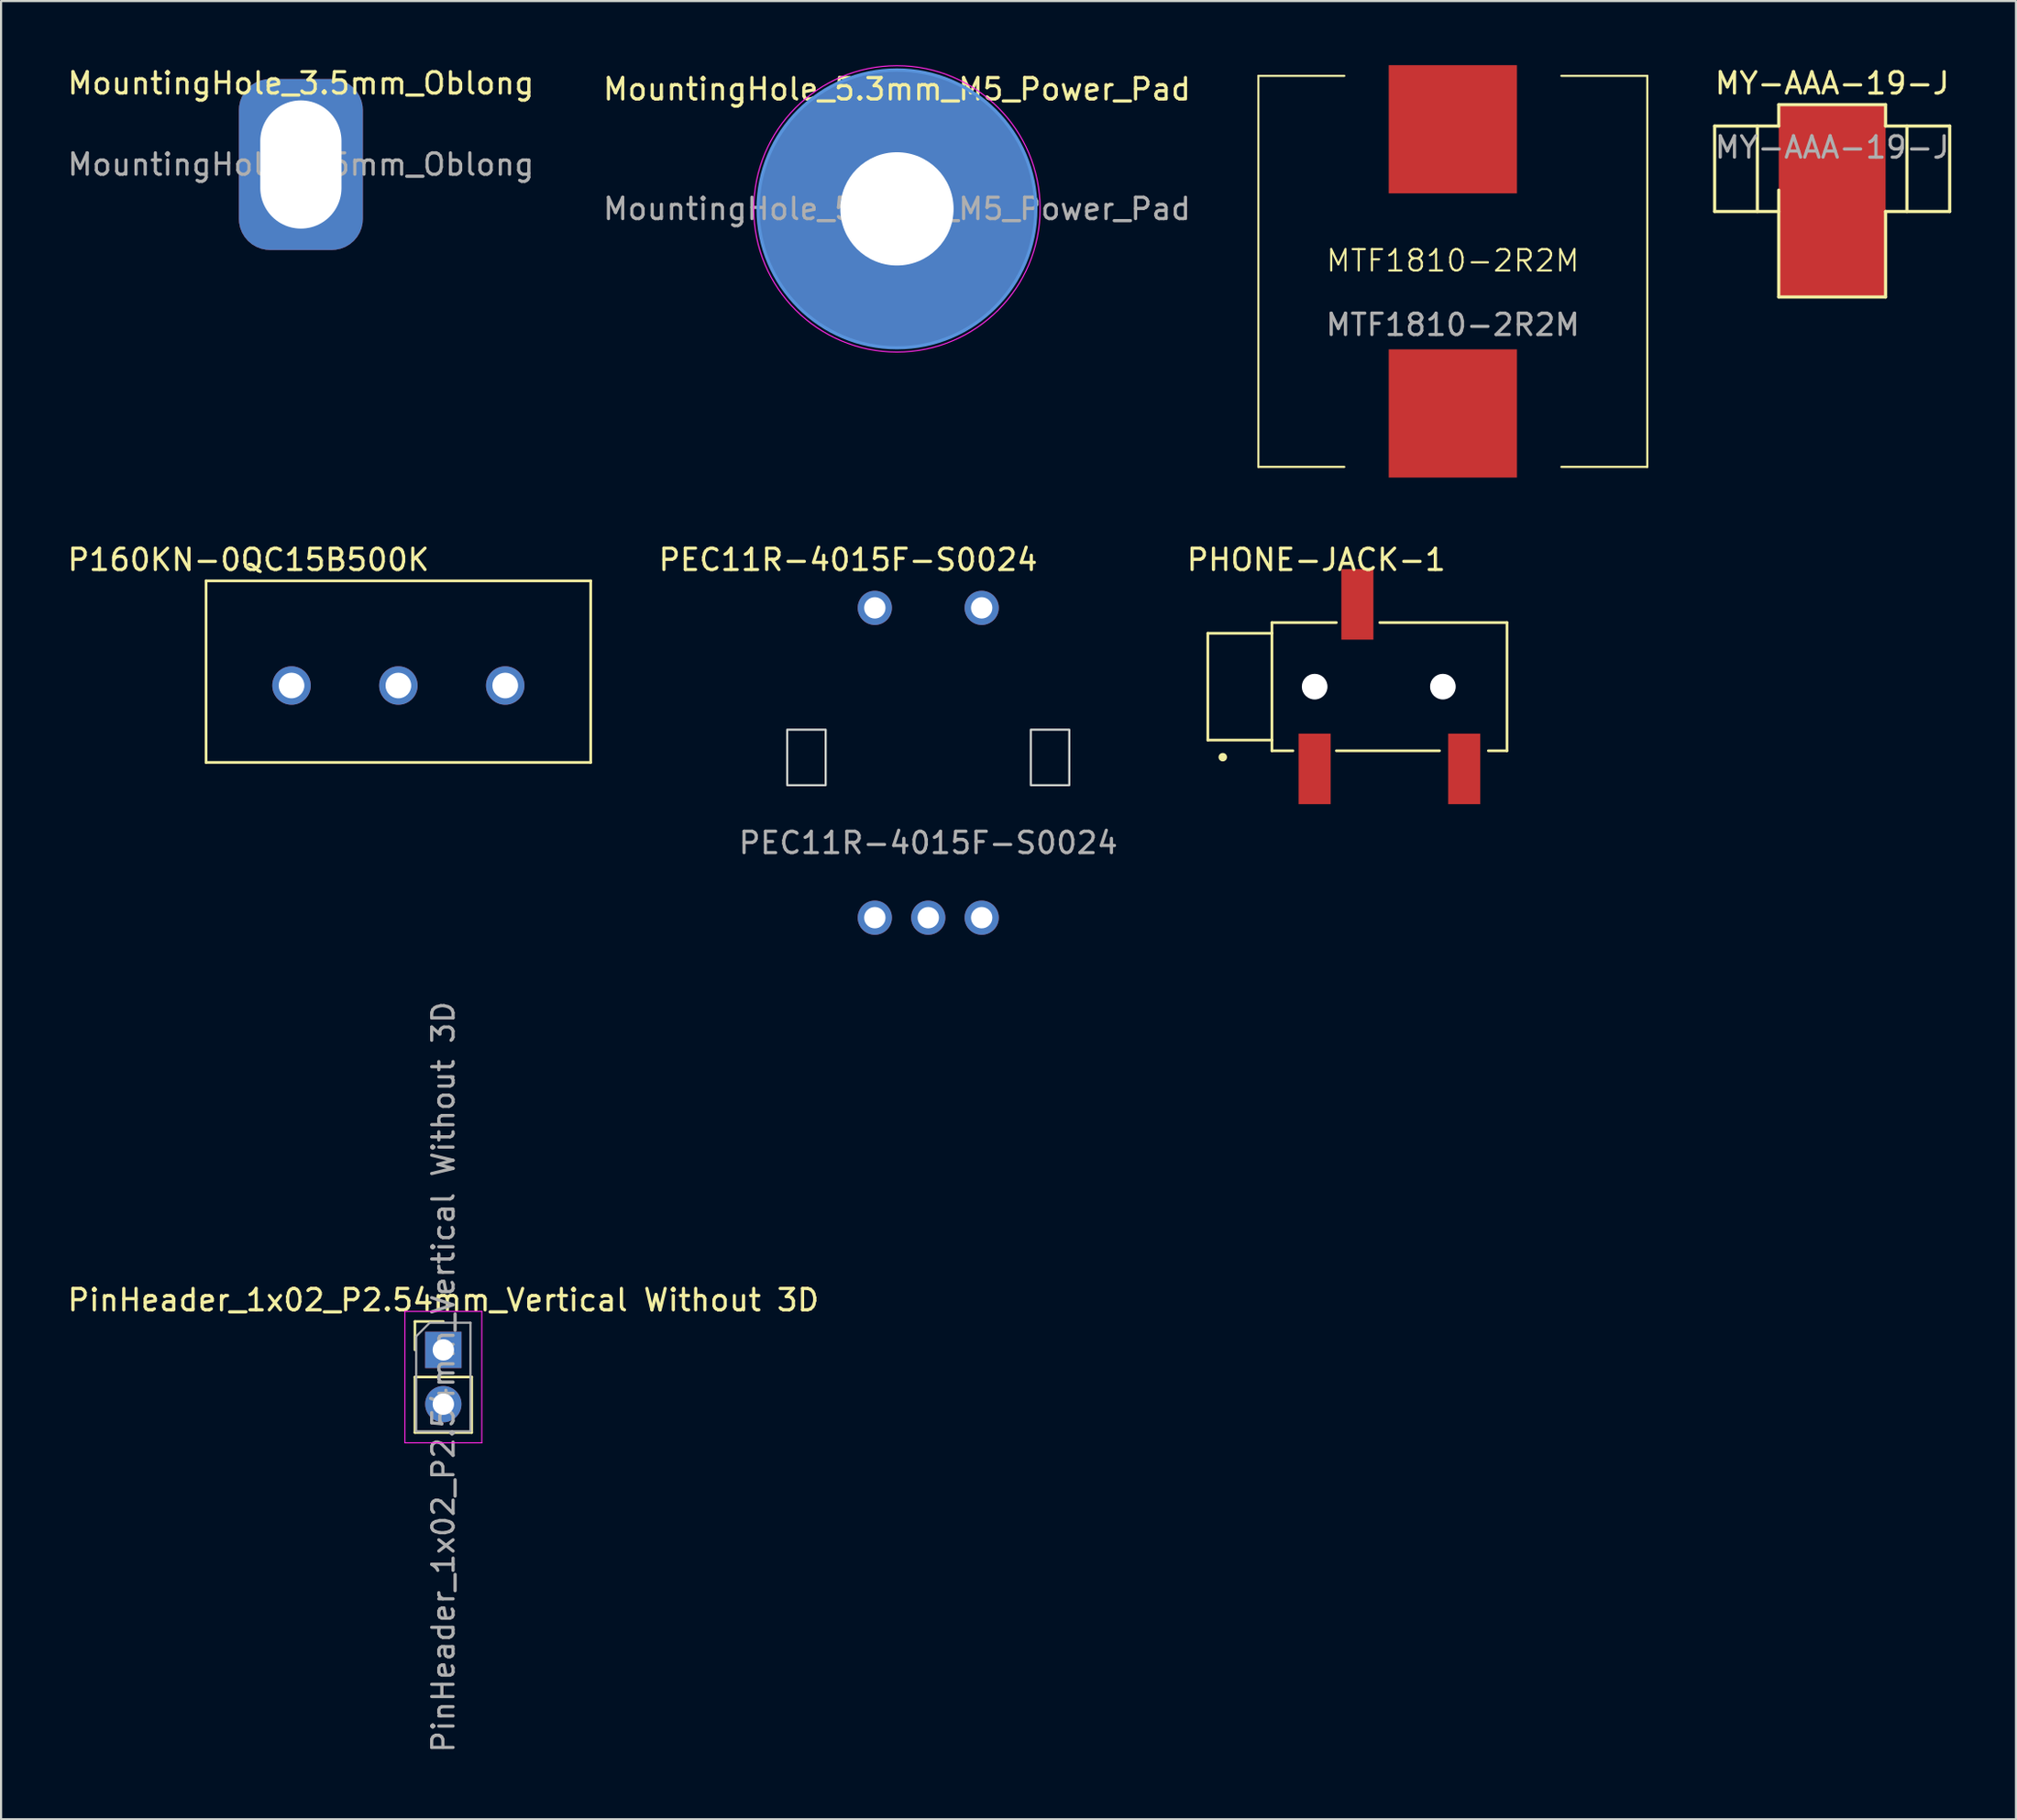
<source format=kicad_pcb>
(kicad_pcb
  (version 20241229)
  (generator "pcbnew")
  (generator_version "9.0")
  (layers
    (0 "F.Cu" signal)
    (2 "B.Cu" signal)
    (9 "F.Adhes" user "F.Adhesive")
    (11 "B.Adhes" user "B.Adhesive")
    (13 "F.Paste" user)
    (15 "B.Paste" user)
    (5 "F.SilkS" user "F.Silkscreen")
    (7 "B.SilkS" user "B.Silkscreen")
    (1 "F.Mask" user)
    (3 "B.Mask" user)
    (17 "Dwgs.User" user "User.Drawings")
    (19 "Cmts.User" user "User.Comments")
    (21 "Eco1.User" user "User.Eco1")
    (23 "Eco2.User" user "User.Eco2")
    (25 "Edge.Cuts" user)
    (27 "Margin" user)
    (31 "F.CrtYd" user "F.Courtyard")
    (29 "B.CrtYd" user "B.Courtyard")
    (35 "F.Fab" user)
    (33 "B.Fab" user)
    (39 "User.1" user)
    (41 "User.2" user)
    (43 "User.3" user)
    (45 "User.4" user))
  (footprint "PEC11R-4015F-S0024"
    (layer "F.Cu")
    (at 40.388 32.398)
    (property "Reference" "PEC11R-4015F-S0024" (at -3.75 -9.25 0) (unlocked yes) (layer "F.SilkS") (effects (font (size 1 1) (thickness 0.15))))
    (fp_rect (start -6.6 -1.3) (end -4.8 1.3) (stroke (width 0.1) (type solid)) (fill no) (layer "Edge.Cuts"))
    (fp_rect (start 4.8 -1.3) (end 6.6 1.3) (stroke (width 0.1) (type solid)) (fill no) (layer "Edge.Cuts"))
    (fp_text user "${REFERENCE}" (at 0 4 0) (unlocked yes) (layer "F.Fab") (effects (font (size 1 1) (thickness 0.15))))
    (pad "A" thru_hole circle (at -2.5 7.5) (size 1.6 1.6) (drill 1) (layers "*.Cu" "*.Mask"))
    (pad "B" thru_hole circle (at 2.5 7.5) (size 1.6 1.6) (drill 1) (layers "*.Cu" "*.Mask"))
    (pad "C" thru_hole circle (at 0 7.5) (size 1.6 1.6) (drill 1) (layers "*.Cu" "*.Mask"))
    (pad "S1" thru_hole circle (at -2.5 -7) (size 1.6 1.6) (drill 1) (layers "*.Cu" "*.Mask"))
    (pad "S2" thru_hole circle (at 2.5 -7) (size 1.6 1.6) (drill 1) (layers "*.Cu" "*.Mask")))
  (footprint "PinHeader_1x02_P2.54mm_Vertical Without 3D"
    (layer "F.Cu")
    (at 17.696 60.125)
    (property "Reference" "PinHeader_1x02_P2.54mm_Vertical Without 3D" (at 0 -2.33 0) (layer "F.SilkS") (effects (font (size 1 1) (thickness 0.15))))
    (attr through_hole)
    (fp_line (start -1.33 -1.33) (end 0 -1.33) (stroke (width 0.12) (type solid)) (layer "F.SilkS"))
    (fp_line (start -1.33 0) (end -1.33 -1.33) (stroke (width 0.12) (type solid)) (layer "F.SilkS"))
    (fp_line (start -1.33 1.27) (end -1.33 3.87) (stroke (width 0.12) (type solid)) (layer "F.SilkS"))
    (fp_line (start -1.33 1.27) (end 1.33 1.27) (stroke (width 0.12) (type solid)) (layer "F.SilkS"))
    (fp_line (start -1.33 3.87) (end 1.33 3.87) (stroke (width 0.12) (type solid)) (layer "F.SilkS"))
    (fp_line (start 1.33 1.27) (end 1.33 3.87) (stroke (width 0.12) (type solid)) (layer "F.SilkS"))
    (fp_line (start -1.8 -1.8) (end -1.8 4.35) (stroke (width 0.05) (type solid)) (layer "F.CrtYd"))
    (fp_line (start -1.8 4.35) (end 1.8 4.35) (stroke (width 0.05) (type solid)) (layer "F.CrtYd"))
    (fp_line (start 1.8 -1.8) (end -1.8 -1.8) (stroke (width 0.05) (type solid)) (layer "F.CrtYd"))
    (fp_line (start 1.8 4.35) (end 1.8 -1.8) (stroke (width 0.05) (type solid)) (layer "F.CrtYd"))
    (fp_line (start -1.27 -0.635) (end -0.635 -1.27) (stroke (width 0.1) (type solid)) (layer "F.Fab"))
    (fp_line (start -1.27 3.81) (end -1.27 -0.635) (stroke (width 0.1) (type solid)) (layer "F.Fab"))
    (fp_line (start -0.635 -1.27) (end 1.27 -1.27) (stroke (width 0.1) (type solid)) (layer "F.Fab"))
    (fp_line (start 1.27 -1.27) (end 1.27 3.81) (stroke (width 0.1) (type solid)) (layer "F.Fab"))
    (fp_line (start 1.27 3.81) (end -1.27 3.81) (stroke (width 0.1) (type solid)) (layer "F.Fab"))
    (fp_text user "${REFERENCE}" (at 0 1.27 90) (layer "F.Fab") (effects (font (size 1 1) (thickness 0.15))))
    (pad "1" thru_hole rect (at 0 0) (size 1.7 1.7) (drill 1) (layers "*.Cu" "*.Mask"))
    (pad "2" thru_hole oval (at 0 2.54) (size 1.7 1.7) (drill 1) (layers "*.Cu" "*.Mask")))
  (footprint "MTF1810-2R2M"
    (layer "F.Cu")
    (at 64.936 9.65)
    (property "Reference" "MTF1810-2R2M" (at 0 -0.5 0) (unlocked yes) (layer "F.SilkS") (effects (font (size 1 1) (thickness 0.1))))
    (attr smd)
    (fp_line (start -9.1 -9.15) (end -9.1 9.15) (stroke (width 0.1) (type default)) (layer "F.SilkS"))
    (fp_line (start -9.1 9.15) (end -5.08 9.15) (stroke (width 0.1) (type default)) (layer "F.SilkS"))
    (fp_line (start -5.08 -9.15) (end -9.1 -9.15) (stroke (width 0.1) (type default)) (layer "F.SilkS"))
    (fp_line (start 9.1 -9.15) (end 5.08 -9.15) (stroke (width 0.1) (type default)) (layer "F.SilkS"))
    (fp_line (start 9.1 -9.15) (end 9.1 9.15) (stroke (width 0.1) (type default)) (layer "F.SilkS"))
    (fp_line (start 9.1 9.15) (end 5.08 9.15) (stroke (width 0.1) (type default)) (layer "F.SilkS"))
    (fp_text user "${REFERENCE}" (at 0 2.5 0) (unlocked yes) (layer "F.Fab") (effects (font (size 1 1) (thickness 0.15))))
    (pad "1" smd rect (at 0 -6.65) (size 6 6) (layers "F.Cu" "F.Mask" "F.Paste"))
    (pad "2" smd rect (at 0 6.65) (size 6 6) (layers "F.Cu" "F.Mask" "F.Paste")))
  (footprint "MountingHole_3.5mm_Oblong"
    (layer "F.Cu")
    (at 11.03 4.648)
    (property "Reference" "MountingHole_3.5mm_Oblong" (at 0 -3.8 0) (layer "F.SilkS") (effects (font (size 1 1) (thickness 0.15))))
    (attr exclude_from_pos_files exclude_from_bom)
    (fp_text user "${REFERENCE}" (at 0 0 0) (layer "F.Fab") (effects (font (size 1 1) (thickness 0.15))))
    (pad "1" thru_hole roundrect (at 0 0) (size 5.8 8) (drill oval 3.8 6) (layers "*.Cu" "*.Mask") (roundrect_rratio 0.25)))
  (footprint "PHONE-JACK-1"
    (layer "F.Cu")
    (at 58.47 29.086)
    (property "Reference" "PHONE-JACK-1" (at 0.075 -5.938 0) (layer "F.SilkS") (effects (font (size 1 1) (thickness 0.15))))
    (attr smd)
    (fp_line (start -5 -2.5) (end -5 2.5) (stroke (width 0.127) (type solid)) (layer "F.SilkS"))
    (fp_line (start -5 2.5) (end -2 2.5) (stroke (width 0.127) (type solid)) (layer "F.SilkS"))
    (fp_line (start -2 -3) (end 1.016 -3) (stroke (width 0.127) (type solid)) (layer "F.SilkS"))
    (fp_line (start -2 -2.5) (end -5 -2.5) (stroke (width 0.127) (type solid)) (layer "F.SilkS"))
    (fp_line (start -2 -2.5) (end -2 -3) (stroke (width 0.127) (type solid)) (layer "F.SilkS"))
    (fp_line (start -2 2.5) (end -2 -2.5) (stroke (width 0.127) (type solid)) (layer "F.SilkS"))
    (fp_line (start -2 3) (end -2 2.5) (stroke (width 0.127) (type solid)) (layer "F.SilkS"))
    (fp_line (start -2 3) (end -1.016 3) (stroke (width 0.127) (type solid)) (layer "F.SilkS"))
    (fp_line (start 1.016 3) (end 5.842 3) (stroke (width 0.127) (type solid)) (layer "F.SilkS"))
    (fp_line (start 3.048 -3) (end 9 -3) (stroke (width 0.127) (type solid)) (layer "F.SilkS"))
    (fp_line (start 8.128 3) (end 9 3) (stroke (width 0.127) (type solid)) (layer "F.SilkS"))
    (fp_line (start 9 -3) (end 9 3) (stroke (width 0.127) (type solid)) (layer "F.SilkS"))
    (fp_circle (center -4.3 3.3) (end -4.2 3.3) (stroke (width 0.2) (type solid)) (fill no) (layer "F.SilkS"))
    (pad "" np_thru_hole circle (at 0 0) (size 1.2 1.2) (drill 1.2) (layers "*.Cu" "*.Mask"))
    (pad "" np_thru_hole circle (at 6 0) (size 1.2 1.2) (drill 1.2) (layers "*.Cu" "*.Mask"))
    (pad "1" smd rect (at 0 3.85) (size 1.5 3.3) (layers "F.Cu" "F.Mask" "F.Paste"))
    (pad "2" smd rect (at 7 3.85) (size 1.5 3.3) (layers "F.Cu" "F.Mask" "F.Paste"))
    (pad "3" smd rect (at 2 -3.85) (size 1.5 3.3) (layers "F.Cu" "F.Mask" "F.Paste")))
  (footprint "P160KN-0QC15B500K"
    (layer "F.Cu")
    (at 15.592 29.033)
    (property "Reference" "P160KN-0QC15B500K" (at -7.015 -5.885 0) (layer "F.SilkS") (effects (font (size 1 1) (thickness 0.15))))
    (attr through_hole)
    (fp_line (start -9 -4.9) (end 9 -4.9) (stroke (width 0.127) (type solid)) (layer "F.SilkS"))
    (fp_line (start -9 3.6) (end -9 -4.9) (stroke (width 0.127) (type solid)) (layer "F.SilkS"))
    (fp_line (start 9 -4.9) (end 9 3.6) (stroke (width 0.127) (type solid)) (layer "F.SilkS"))
    (fp_line (start 9 3.6) (end -9 3.6) (stroke (width 0.127) (type solid)) (layer "F.SilkS"))
    (pad "1" thru_hole circle (at -5 0) (size 1.8 1.8) (drill 1.2) (layers "*.Cu" "*.Mask"))
    (pad "2" thru_hole circle (at 0 0) (size 1.8 1.8) (drill 1.2) (layers "*.Cu" "*.Mask"))
    (pad "3" thru_hole circle (at 5 0) (size 1.8 1.8) (drill 1.2) (layers "*.Cu" "*.Mask")))
  (footprint "MY-AAA-19-J"
    (layer "F.Cu")
    (at 82.687 6.848)
    (property "Reference" "MY-AAA-19-J" (at 0 -6 0) (unlocked yes) (layer "F.SilkS") (effects (font (size 1 1) (thickness 0.15))))
    (fp_line (start -5.5 -4) (end -2.5 -4) (stroke (width 0.15) (type default)) (layer "F.SilkS"))
    (fp_line (start -5.5 0) (end -5.5 -4) (stroke (width 0.15) (type default)) (layer "F.SilkS"))
    (fp_line (start -3.5 -4) (end -3.5 0) (stroke (width 0.15) (type default)) (layer "F.SilkS"))
    (fp_line (start -2.5 -5) (end 2.5 -5) (stroke (width 0.15) (type default)) (layer "F.SilkS"))
    (fp_line (start -2.5 -4) (end -2.5 -5) (stroke (width 0.15) (type default)) (layer "F.SilkS"))
    (fp_line (start -2.5 0) (end -5.5 0) (stroke (width 0.15) (type default)) (layer "F.SilkS"))
    (fp_line (start -2.5 4) (end -2.5 -1) (stroke (width 0.15) (type default)) (layer "F.SilkS"))
    (fp_line (start 2.5 -5) (end 2.5 -4) (stroke (width 0.15) (type default)) (layer "F.SilkS"))
    (fp_line (start 2.5 -4) (end 5.5 -4) (stroke (width 0.15) (type default)) (layer "F.SilkS"))
    (fp_line (start 2.5 0) (end 2.5 4) (stroke (width 0.15) (type default)) (layer "F.SilkS"))
    (fp_line (start 2.5 4) (end -2.5 4) (stroke (width 0.15) (type default)) (layer "F.SilkS"))
    (fp_line (start 3.5 -4) (end 3.5 0) (stroke (width 0.15) (type default)) (layer "F.SilkS"))
    (fp_line (start 5.5 -4) (end 5.5 0) (stroke (width 0.15) (type default)) (layer "F.SilkS"))
    (fp_line (start 5.5 0) (end 2.5 0) (stroke (width 0.15) (type default)) (layer "F.SilkS"))
    (fp_text user "${REFERENCE}" (at 0 -3 0) (unlocked yes) (layer "F.Fab") (effects (font (size 1 1) (thickness 0.15))))
    (pad "1" smd rect (at 0 -0.5) (size 5 9) (layers "F.Cu" "F.Mask" "F.Paste")))
  (footprint "MountingHole_5.3mm_M5_Power_Pad"
    (layer "F.Cu")
    (at 38.923 6.725)
    (property "Reference" "MountingHole_5.3mm_M5_Power_Pad" (at 0 -5.6 0) (layer "F.SilkS") (effects (font (size 1 1) (thickness 0.15))))
    (attr exclude_from_pos_files exclude_from_bom)
    (fp_circle (center 0 0) (end 6.5 0) (stroke (width 0.15) (type solid)) (fill no) (layer "Cmts.User"))
    (fp_circle (center 0 0) (end 6.7 0) (stroke (width 0.05) (type solid)) (fill no) (layer "F.CrtYd"))
    (fp_text user "${REFERENCE}" (at 0 0 0) (layer "F.Fab") (effects (font (size 1 1) (thickness 0.15))))
    (pad "1" thru_hole circle (at 0 0) (size 13 13) (drill 5.3) (layers "*.Cu" "*.Mask")))
  (gr_rect
    (start -3 -3)
    (end 91.288 82.091)
    (stroke (width 0.1) (type default))
    (fill no)
    (layer "Edge.Cuts")))
</source>
